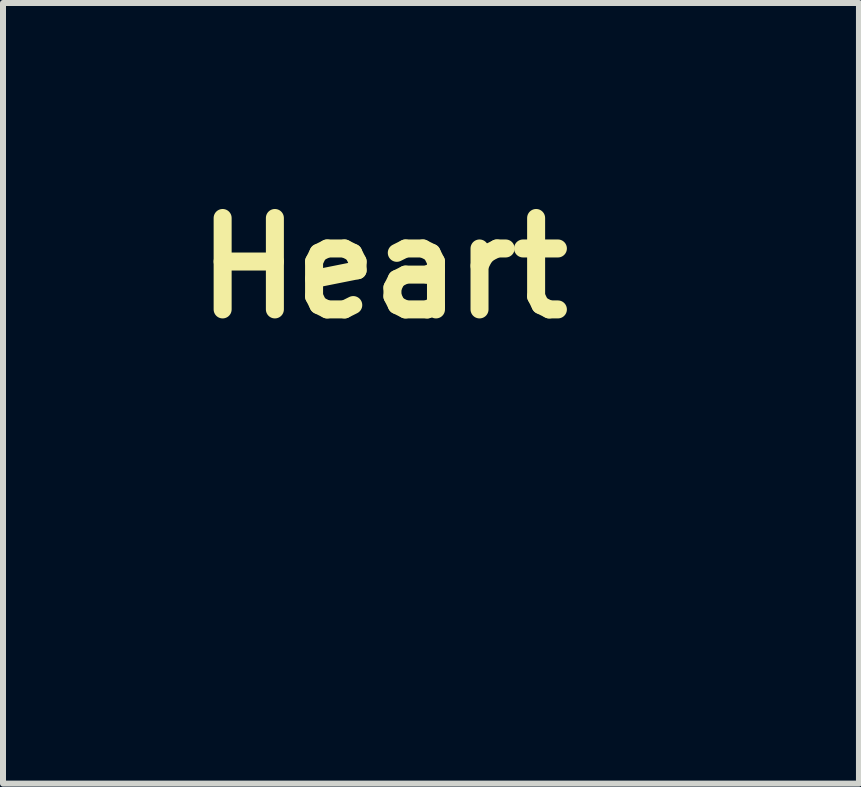
<source format=kicad_pcb>
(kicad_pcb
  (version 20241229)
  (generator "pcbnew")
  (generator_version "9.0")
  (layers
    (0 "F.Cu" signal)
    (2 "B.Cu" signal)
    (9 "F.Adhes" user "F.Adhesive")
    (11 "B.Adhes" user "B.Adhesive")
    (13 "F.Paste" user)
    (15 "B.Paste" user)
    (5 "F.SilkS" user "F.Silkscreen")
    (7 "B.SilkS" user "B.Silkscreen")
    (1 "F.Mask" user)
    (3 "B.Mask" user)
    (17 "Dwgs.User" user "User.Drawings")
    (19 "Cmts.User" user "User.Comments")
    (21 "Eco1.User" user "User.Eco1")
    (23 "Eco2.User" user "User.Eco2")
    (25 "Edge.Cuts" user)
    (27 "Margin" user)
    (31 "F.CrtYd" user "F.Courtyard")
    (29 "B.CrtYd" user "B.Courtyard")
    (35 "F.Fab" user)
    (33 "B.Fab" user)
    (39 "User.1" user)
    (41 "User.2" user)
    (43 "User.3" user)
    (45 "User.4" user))
  (footprint "Heart"
    (layer "F.Cu")
    (at 7.146 6.218)
    (property "Reference" "Heart" (at -3.8 -4.8 0) (layer "F.SilkS") (effects (font (size 1.524 1.524) (thickness 0.3))))
    (attr board_only exclude_from_pos_files exclude_from_bom)
    (fp_poly (pts (xy -0.638 -1.165) (xy -0.571 -1.154) (xy -0.506 -1.137) (xy -0.442 -1.114) (xy -0.38 -1.086) (xy -0.321 -1.052) (xy -0.266 -1.012) (xy -0.263 -1.01) (xy -0.231 -0.982) (xy -0.198 -0.95) (xy -0.167 -0.915) (xy -0.139 -0.88) (xy -0.123 -0.858) (xy -0.115 -0.846) (xy -0.109 -0.839) (xy -0.105 -0.836) (xy -0.103 -0.836) (xy -0.102 -0.837) (xy -0.099 -0.842) (xy -0.092 -0.851) (xy -0.084 -0.863) (xy -0.078 -0.872) (xy -0.037 -0.924) (xy 0.008 -0.972) (xy 0.058 -1.015) (xy 0.112 -1.053) (xy 0.17 -1.086) (xy 0.231 -1.114) (xy 0.295 -1.137) (xy 0.361 -1.154) (xy 0.403 -1.161) (xy 0.464 -1.168) (xy 0.526 -1.169) (xy 0.588 -1.165) (xy 0.649 -1.156) (xy 0.709 -1.142) (xy 0.766 -1.124) (xy 0.82 -1.102) (xy 0.87 -1.076) (xy 0.888 -1.064) (xy 0.908 -1.051) (xy 0.924 -1.04) (xy 0.937 -1.029) (xy 0.951 -1.016) (xy 0.967 -1.002) (xy 0.971 -0.997) (xy 1.008 -0.956) (xy 1.04 -0.912) (xy 1.067 -0.863) (xy 1.089 -0.811) (xy 1.103 -0.763) (xy 1.11 -0.736) (xy 1.114 -0.711) (xy 1.118 -0.686) (xy 1.12 -0.66) (xy 1.121 -0.631) (xy 1.121 -0.6) (xy 1.118 -0.533) (xy 1.11 -0.466) (xy 1.097 -0.399) (xy 1.078 -0.33) (xy 1.053 -0.261) (xy 1.022 -0.191) (xy 0.986 -0.118) (xy 0.944 -0.044) (xy 0.908 0.013) (xy 0.873 0.063) (xy 0.832 0.114) (xy 0.785 0.167) (xy 0.732 0.22) (xy 0.674 0.275) (xy 0.61 0.33) (xy 0.541 0.385) (xy 0.467 0.441) (xy 0.389 0.497) (xy 0.306 0.553) (xy 0.219 0.608) (xy 0.128 0.663) (xy 0.118 0.669) (xy 0.097 0.682) (xy 0.073 0.695) (xy 0.049 0.709) (xy 0.024 0.723) (xy -0.001 0.737) (xy -0.025 0.75) (xy -0.046 0.762) (xy -0.066 0.773) (xy -0.082 0.782) (xy -0.095 0.788) (xy -0.103 0.792) (xy -0.106 0.793) (xy -0.109 0.792) (xy -0.118 0.787) (xy -0.131 0.781) (xy -0.147 0.772) (xy -0.165 0.762) (xy -0.182 0.753) (xy -0.29 0.692) (xy -0.392 0.632) (xy -0.489 0.571) (xy -0.581 0.51) (xy -0.667 0.449) (xy -0.748 0.389) (xy -0.822 0.329) (xy -0.891 0.27) (xy -0.953 0.211) (xy -1.009 0.153) (xy -1.059 0.095) (xy -1.074 0.076) (xy -1.094 0.049) (xy -1.114 0.02) (xy -1.135 -0.012) (xy -1.158 -0.048) (xy -1.164 -0.058) (xy -1.204 -0.131) (xy -1.239 -0.203) (xy -1.269 -0.275) (xy -1.293 -0.346) (xy -1.311 -0.416) (xy -1.324 -0.484) (xy -1.332 -0.551) (xy -1.333 -0.616) (xy -1.329 -0.679) (xy -1.32 -0.74) (xy -1.304 -0.798) (xy -1.283 -0.853) (xy -1.273 -0.873) (xy -1.246 -0.921) (xy -1.212 -0.965) (xy -1.174 -1.006) (xy -1.131 -1.042) (xy -1.084 -1.074) (xy -1.032 -1.101) (xy -0.975 -1.125) (xy -0.916 -1.143) (xy -0.852 -1.157) (xy -0.785 -1.166) (xy -0.773 -1.167) (xy -0.706 -1.169)) (stroke (width 0) (type solid)) (fill yes) (layer "F.Mask")))
  (gr_rect
    (start -3 -3)
    (end 11.267 10.011)
    (stroke (width 0.1) (type default))
    (fill no)
    (layer "Edge.Cuts")))
</source>
